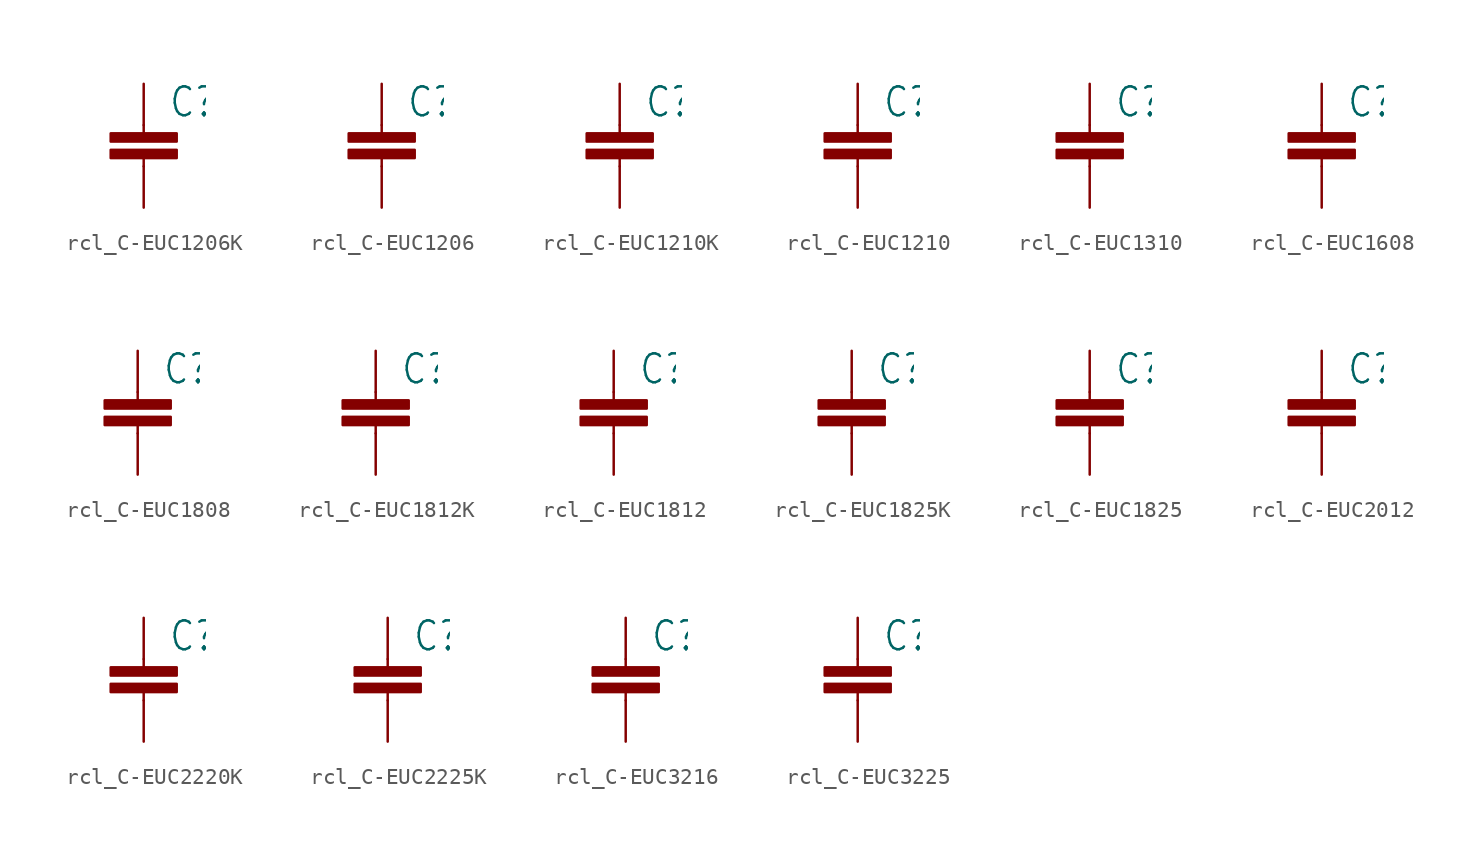
<source format=kicad_sym>
(kicad_symbol_lib
  (version 20231120)
  (generator "kicad_symbol_editor")
  (generator_version "8.0")
  (symbol "rcl_C-EUC1206K"
    (property "Reference" "C"
      (at 1.524 0.381 0)
      (effects (font (size 1.778 1.511)) (justify left bottom)))
    (property "Value" ""
      (at 1.524 -4.699 0)
      (effects (font (size 1.778 1.511)) (justify left bottom)))
    (property "ki_locked" ""
      (at 0 0 0)
      (effects (font (size 1.27 1.27))))
    (symbol "rcl_C-EUC1206K_1_0"
      (rectangle (start -2.032 -2.032) (end 2.032 -1.524) (stroke (width 0) (type default)) (fill (type outline)))
      (rectangle (start -2.032 -1.016) (end 2.032 -0.508) (stroke (width 0) (type default)) (fill (type outline)))
      (polyline (pts (xy 0 -2.54) (xy 0 -2.032)) (stroke (width 0.152) (type solid)) (fill (type none)))
      (polyline (pts (xy 0 0) (xy 0 -0.508)) (stroke (width 0.152) (type solid)) (fill (type none)))
      (pin passive line (at 0 2.54 270) (length 2.54) (name "1" (effects (font (size 0 0)))) (number "1" (effects (font (size 0 0)))))
      (pin passive line (at 0 -5.08 90) (length 2.54) (name "2" (effects (font (size 0 0)))) (number "2" (effects (font (size 0 0)))))))
  (symbol "rcl_C-EUC1206"
    (property "Reference" "C"
      (at 1.524 0.381 0)
      (effects (font (size 1.778 1.511)) (justify left bottom)))
    (property "Value" ""
      (at 1.524 -4.699 0)
      (effects (font (size 1.778 1.511)) (justify left bottom)))
    (property "ki_locked" ""
      (at 0 0 0)
      (effects (font (size 1.27 1.27))))
    (symbol "rcl_C-EUC1206_1_0"
      (rectangle (start -2.032 -2.032) (end 2.032 -1.524) (stroke (width 0) (type default)) (fill (type outline)))
      (rectangle (start -2.032 -1.016) (end 2.032 -0.508) (stroke (width 0) (type default)) (fill (type outline)))
      (polyline (pts (xy 0 -2.54) (xy 0 -2.032)) (stroke (width 0.152) (type solid)) (fill (type none)))
      (polyline (pts (xy 0 0) (xy 0 -0.508)) (stroke (width 0.152) (type solid)) (fill (type none)))
      (pin passive line (at 0 2.54 270) (length 2.54) (name "1" (effects (font (size 0 0)))) (number "1" (effects (font (size 0 0)))))
      (pin passive line (at 0 -5.08 90) (length 2.54) (name "2" (effects (font (size 0 0)))) (number "2" (effects (font (size 0 0)))))))
  (symbol "rcl_C-EUC1210K"
    (property "Reference" "C"
      (at 1.524 0.381 0)
      (effects (font (size 1.778 1.511)) (justify left bottom)))
    (property "Value" ""
      (at 1.524 -4.699 0)
      (effects (font (size 1.778 1.511)) (justify left bottom)))
    (property "ki_locked" ""
      (at 0 0 0)
      (effects (font (size 1.27 1.27))))
    (symbol "rcl_C-EUC1210K_1_0"
      (rectangle (start -2.032 -2.032) (end 2.032 -1.524) (stroke (width 0) (type default)) (fill (type outline)))
      (rectangle (start -2.032 -1.016) (end 2.032 -0.508) (stroke (width 0) (type default)) (fill (type outline)))
      (polyline (pts (xy 0 -2.54) (xy 0 -2.032)) (stroke (width 0.152) (type solid)) (fill (type none)))
      (polyline (pts (xy 0 0) (xy 0 -0.508)) (stroke (width 0.152) (type solid)) (fill (type none)))
      (pin passive line (at 0 2.54 270) (length 2.54) (name "1" (effects (font (size 0 0)))) (number "1" (effects (font (size 0 0)))))
      (pin passive line (at 0 -5.08 90) (length 2.54) (name "2" (effects (font (size 0 0)))) (number "2" (effects (font (size 0 0)))))))
  (symbol "rcl_C-EUC1210"
    (property "Reference" "C"
      (at 1.524 0.381 0)
      (effects (font (size 1.778 1.511)) (justify left bottom)))
    (property "Value" ""
      (at 1.524 -4.699 0)
      (effects (font (size 1.778 1.511)) (justify left bottom)))
    (property "ki_locked" ""
      (at 0 0 0)
      (effects (font (size 1.27 1.27))))
    (symbol "rcl_C-EUC1210_1_0"
      (rectangle (start -2.032 -2.032) (end 2.032 -1.524) (stroke (width 0) (type default)) (fill (type outline)))
      (rectangle (start -2.032 -1.016) (end 2.032 -0.508) (stroke (width 0) (type default)) (fill (type outline)))
      (polyline (pts (xy 0 -2.54) (xy 0 -2.032)) (stroke (width 0.152) (type solid)) (fill (type none)))
      (polyline (pts (xy 0 0) (xy 0 -0.508)) (stroke (width 0.152) (type solid)) (fill (type none)))
      (pin passive line (at 0 2.54 270) (length 2.54) (name "1" (effects (font (size 0 0)))) (number "1" (effects (font (size 0 0)))))
      (pin passive line (at 0 -5.08 90) (length 2.54) (name "2" (effects (font (size 0 0)))) (number "2" (effects (font (size 0 0)))))))
  (symbol "rcl_C-EUC1310"
    (property "Reference" "C"
      (at 1.524 0.381 0)
      (effects (font (size 1.778 1.511)) (justify left bottom)))
    (property "Value" ""
      (at 1.524 -4.699 0)
      (effects (font (size 1.778 1.511)) (justify left bottom)))
    (property "ki_locked" ""
      (at 0 0 0)
      (effects (font (size 1.27 1.27))))
    (symbol "rcl_C-EUC1310_1_0"
      (rectangle (start -2.032 -2.032) (end 2.032 -1.524) (stroke (width 0) (type default)) (fill (type outline)))
      (rectangle (start -2.032 -1.016) (end 2.032 -0.508) (stroke (width 0) (type default)) (fill (type outline)))
      (polyline (pts (xy 0 -2.54) (xy 0 -2.032)) (stroke (width 0.152) (type solid)) (fill (type none)))
      (polyline (pts (xy 0 0) (xy 0 -0.508)) (stroke (width 0.152) (type solid)) (fill (type none)))
      (pin passive line (at 0 2.54 270) (length 2.54) (name "1" (effects (font (size 0 0)))) (number "1" (effects (font (size 0 0)))))
      (pin passive line (at 0 -5.08 90) (length 2.54) (name "2" (effects (font (size 0 0)))) (number "2" (effects (font (size 0 0)))))))
  (symbol "rcl_C-EUC1608"
    (property "Reference" "C"
      (at 1.524 0.381 0)
      (effects (font (size 1.778 1.511)) (justify left bottom)))
    (property "Value" ""
      (at 1.524 -4.699 0)
      (effects (font (size 1.778 1.511)) (justify left bottom)))
    (property "ki_locked" ""
      (at 0 0 0)
      (effects (font (size 1.27 1.27))))
    (symbol "rcl_C-EUC1608_1_0"
      (rectangle (start -2.032 -2.032) (end 2.032 -1.524) (stroke (width 0) (type default)) (fill (type outline)))
      (rectangle (start -2.032 -1.016) (end 2.032 -0.508) (stroke (width 0) (type default)) (fill (type outline)))
      (polyline (pts (xy 0 -2.54) (xy 0 -2.032)) (stroke (width 0.152) (type solid)) (fill (type none)))
      (polyline (pts (xy 0 0) (xy 0 -0.508)) (stroke (width 0.152) (type solid)) (fill (type none)))
      (pin passive line (at 0 2.54 270) (length 2.54) (name "1" (effects (font (size 0 0)))) (number "1" (effects (font (size 0 0)))))
      (pin passive line (at 0 -5.08 90) (length 2.54) (name "2" (effects (font (size 0 0)))) (number "2" (effects (font (size 0 0)))))))
  (symbol "rcl_C-EUC1808"
    (property "Reference" "C"
      (at 1.524 0.381 0)
      (effects (font (size 1.778 1.511)) (justify left bottom)))
    (property "Value" ""
      (at 1.524 -4.699 0)
      (effects (font (size 1.778 1.511)) (justify left bottom)))
    (property "ki_locked" ""
      (at 0 0 0)
      (effects (font (size 1.27 1.27))))
    (symbol "rcl_C-EUC1808_1_0"
      (rectangle (start -2.032 -2.032) (end 2.032 -1.524) (stroke (width 0) (type default)) (fill (type outline)))
      (rectangle (start -2.032 -1.016) (end 2.032 -0.508) (stroke (width 0) (type default)) (fill (type outline)))
      (polyline (pts (xy 0 -2.54) (xy 0 -2.032)) (stroke (width 0.152) (type solid)) (fill (type none)))
      (polyline (pts (xy 0 0) (xy 0 -0.508)) (stroke (width 0.152) (type solid)) (fill (type none)))
      (pin passive line (at 0 2.54 270) (length 2.54) (name "1" (effects (font (size 0 0)))) (number "1" (effects (font (size 0 0)))))
      (pin passive line (at 0 -5.08 90) (length 2.54) (name "2" (effects (font (size 0 0)))) (number "2" (effects (font (size 0 0)))))))
  (symbol "rcl_C-EUC1812K"
    (property "Reference" "C"
      (at 1.524 0.381 0)
      (effects (font (size 1.778 1.511)) (justify left bottom)))
    (property "Value" ""
      (at 1.524 -4.699 0)
      (effects (font (size 1.778 1.511)) (justify left bottom)))
    (property "ki_locked" ""
      (at 0 0 0)
      (effects (font (size 1.27 1.27))))
    (symbol "rcl_C-EUC1812K_1_0"
      (rectangle (start -2.032 -2.032) (end 2.032 -1.524) (stroke (width 0) (type default)) (fill (type outline)))
      (rectangle (start -2.032 -1.016) (end 2.032 -0.508) (stroke (width 0) (type default)) (fill (type outline)))
      (polyline (pts (xy 0 -2.54) (xy 0 -2.032)) (stroke (width 0.152) (type solid)) (fill (type none)))
      (polyline (pts (xy 0 0) (xy 0 -0.508)) (stroke (width 0.152) (type solid)) (fill (type none)))
      (pin passive line (at 0 2.54 270) (length 2.54) (name "1" (effects (font (size 0 0)))) (number "1" (effects (font (size 0 0)))))
      (pin passive line (at 0 -5.08 90) (length 2.54) (name "2" (effects (font (size 0 0)))) (number "2" (effects (font (size 0 0)))))))
  (symbol "rcl_C-EUC1812"
    (property "Reference" "C"
      (at 1.524 0.381 0)
      (effects (font (size 1.778 1.511)) (justify left bottom)))
    (property "Value" ""
      (at 1.524 -4.699 0)
      (effects (font (size 1.778 1.511)) (justify left bottom)))
    (property "ki_locked" ""
      (at 0 0 0)
      (effects (font (size 1.27 1.27))))
    (symbol "rcl_C-EUC1812_1_0"
      (rectangle (start -2.032 -2.032) (end 2.032 -1.524) (stroke (width 0) (type default)) (fill (type outline)))
      (rectangle (start -2.032 -1.016) (end 2.032 -0.508) (stroke (width 0) (type default)) (fill (type outline)))
      (polyline (pts (xy 0 -2.54) (xy 0 -2.032)) (stroke (width 0.152) (type solid)) (fill (type none)))
      (polyline (pts (xy 0 0) (xy 0 -0.508)) (stroke (width 0.152) (type solid)) (fill (type none)))
      (pin passive line (at 0 2.54 270) (length 2.54) (name "1" (effects (font (size 0 0)))) (number "1" (effects (font (size 0 0)))))
      (pin passive line (at 0 -5.08 90) (length 2.54) (name "2" (effects (font (size 0 0)))) (number "2" (effects (font (size 0 0)))))))
  (symbol "rcl_C-EUC1825K"
    (property "Reference" "C"
      (at 1.524 0.381 0)
      (effects (font (size 1.778 1.511)) (justify left bottom)))
    (property "Value" ""
      (at 1.524 -4.699 0)
      (effects (font (size 1.778 1.511)) (justify left bottom)))
    (property "ki_locked" ""
      (at 0 0 0)
      (effects (font (size 1.27 1.27))))
    (symbol "rcl_C-EUC1825K_1_0"
      (rectangle (start -2.032 -2.032) (end 2.032 -1.524) (stroke (width 0) (type default)) (fill (type outline)))
      (rectangle (start -2.032 -1.016) (end 2.032 -0.508) (stroke (width 0) (type default)) (fill (type outline)))
      (polyline (pts (xy 0 -2.54) (xy 0 -2.032)) (stroke (width 0.152) (type solid)) (fill (type none)))
      (polyline (pts (xy 0 0) (xy 0 -0.508)) (stroke (width 0.152) (type solid)) (fill (type none)))
      (pin passive line (at 0 2.54 270) (length 2.54) (name "1" (effects (font (size 0 0)))) (number "1" (effects (font (size 0 0)))))
      (pin passive line (at 0 -5.08 90) (length 2.54) (name "2" (effects (font (size 0 0)))) (number "2" (effects (font (size 0 0)))))))
  (symbol "rcl_C-EUC1825"
    (property "Reference" "C"
      (at 1.524 0.381 0)
      (effects (font (size 1.778 1.511)) (justify left bottom)))
    (property "Value" ""
      (at 1.524 -4.699 0)
      (effects (font (size 1.778 1.511)) (justify left bottom)))
    (property "ki_locked" ""
      (at 0 0 0)
      (effects (font (size 1.27 1.27))))
    (symbol "rcl_C-EUC1825_1_0"
      (rectangle (start -2.032 -2.032) (end 2.032 -1.524) (stroke (width 0) (type default)) (fill (type outline)))
      (rectangle (start -2.032 -1.016) (end 2.032 -0.508) (stroke (width 0) (type default)) (fill (type outline)))
      (polyline (pts (xy 0 -2.54) (xy 0 -2.032)) (stroke (width 0.152) (type solid)) (fill (type none)))
      (polyline (pts (xy 0 0) (xy 0 -0.508)) (stroke (width 0.152) (type solid)) (fill (type none)))
      (pin passive line (at 0 2.54 270) (length 2.54) (name "1" (effects (font (size 0 0)))) (number "1" (effects (font (size 0 0)))))
      (pin passive line (at 0 -5.08 90) (length 2.54) (name "2" (effects (font (size 0 0)))) (number "2" (effects (font (size 0 0)))))))
  (symbol "rcl_C-EUC2012"
    (property "Reference" "C"
      (at 1.524 0.381 0)
      (effects (font (size 1.778 1.511)) (justify left bottom)))
    (property "Value" ""
      (at 1.524 -4.699 0)
      (effects (font (size 1.778 1.511)) (justify left bottom)))
    (property "ki_locked" ""
      (at 0 0 0)
      (effects (font (size 1.27 1.27))))
    (symbol "rcl_C-EUC2012_1_0"
      (rectangle (start -2.032 -2.032) (end 2.032 -1.524) (stroke (width 0) (type default)) (fill (type outline)))
      (rectangle (start -2.032 -1.016) (end 2.032 -0.508) (stroke (width 0) (type default)) (fill (type outline)))
      (polyline (pts (xy 0 -2.54) (xy 0 -2.032)) (stroke (width 0.152) (type solid)) (fill (type none)))
      (polyline (pts (xy 0 0) (xy 0 -0.508)) (stroke (width 0.152) (type solid)) (fill (type none)))
      (pin passive line (at 0 2.54 270) (length 2.54) (name "1" (effects (font (size 0 0)))) (number "1" (effects (font (size 0 0)))))
      (pin passive line (at 0 -5.08 90) (length 2.54) (name "2" (effects (font (size 0 0)))) (number "2" (effects (font (size 0 0)))))))
  (symbol "rcl_C-EUC2220K"
    (property "Reference" "C"
      (at 1.524 0.381 0)
      (effects (font (size 1.778 1.511)) (justify left bottom)))
    (property "Value" ""
      (at 1.524 -4.699 0)
      (effects (font (size 1.778 1.511)) (justify left bottom)))
    (property "ki_locked" ""
      (at 0 0 0)
      (effects (font (size 1.27 1.27))))
    (symbol "rcl_C-EUC2220K_1_0"
      (rectangle (start -2.032 -2.032) (end 2.032 -1.524) (stroke (width 0) (type default)) (fill (type outline)))
      (rectangle (start -2.032 -1.016) (end 2.032 -0.508) (stroke (width 0) (type default)) (fill (type outline)))
      (polyline (pts (xy 0 -2.54) (xy 0 -2.032)) (stroke (width 0.152) (type solid)) (fill (type none)))
      (polyline (pts (xy 0 0) (xy 0 -0.508)) (stroke (width 0.152) (type solid)) (fill (type none)))
      (pin passive line (at 0 2.54 270) (length 2.54) (name "1" (effects (font (size 0 0)))) (number "1" (effects (font (size 0 0)))))
      (pin passive line (at 0 -5.08 90) (length 2.54) (name "2" (effects (font (size 0 0)))) (number "2" (effects (font (size 0 0)))))))
  (symbol "rcl_C-EUC2225K"
    (property "Reference" "C"
      (at 1.524 0.381 0)
      (effects (font (size 1.778 1.511)) (justify left bottom)))
    (property "Value" ""
      (at 1.524 -4.699 0)
      (effects (font (size 1.778 1.511)) (justify left bottom)))
    (property "ki_locked" ""
      (at 0 0 0)
      (effects (font (size 1.27 1.27))))
    (symbol "rcl_C-EUC2225K_1_0"
      (rectangle (start -2.032 -2.032) (end 2.032 -1.524) (stroke (width 0) (type default)) (fill (type outline)))
      (rectangle (start -2.032 -1.016) (end 2.032 -0.508) (stroke (width 0) (type default)) (fill (type outline)))
      (polyline (pts (xy 0 -2.54) (xy 0 -2.032)) (stroke (width 0.152) (type solid)) (fill (type none)))
      (polyline (pts (xy 0 0) (xy 0 -0.508)) (stroke (width 0.152) (type solid)) (fill (type none)))
      (pin passive line (at 0 2.54 270) (length 2.54) (name "1" (effects (font (size 0 0)))) (number "1" (effects (font (size 0 0)))))
      (pin passive line (at 0 -5.08 90) (length 2.54) (name "2" (effects (font (size 0 0)))) (number "2" (effects (font (size 0 0)))))))
  (symbol "rcl_C-EUC3216"
    (property "Reference" "C"
      (at 1.524 0.381 0)
      (effects (font (size 1.778 1.511)) (justify left bottom)))
    (property "Value" ""
      (at 1.524 -4.699 0)
      (effects (font (size 1.778 1.511)) (justify left bottom)))
    (property "ki_locked" ""
      (at 0 0 0)
      (effects (font (size 1.27 1.27))))
    (symbol "rcl_C-EUC3216_1_0"
      (rectangle (start -2.032 -2.032) (end 2.032 -1.524) (stroke (width 0) (type default)) (fill (type outline)))
      (rectangle (start -2.032 -1.016) (end 2.032 -0.508) (stroke (width 0) (type default)) (fill (type outline)))
      (polyline (pts (xy 0 -2.54) (xy 0 -2.032)) (stroke (width 0.152) (type solid)) (fill (type none)))
      (polyline (pts (xy 0 0) (xy 0 -0.508)) (stroke (width 0.152) (type solid)) (fill (type none)))
      (pin passive line (at 0 2.54 270) (length 2.54) (name "1" (effects (font (size 0 0)))) (number "1" (effects (font (size 0 0)))))
      (pin passive line (at 0 -5.08 90) (length 2.54) (name "2" (effects (font (size 0 0)))) (number "2" (effects (font (size 0 0)))))))
  (symbol "rcl_C-EUC3225"
    (property "Reference" "C"
      (at 1.524 0.381 0)
      (effects (font (size 1.778 1.511)) (justify left bottom)))
    (property "Value" ""
      (at 1.524 -4.699 0)
      (effects (font (size 1.778 1.511)) (justify left bottom)))
    (property "ki_locked" ""
      (at 0 0 0)
      (effects (font (size 1.27 1.27))))
    (symbol "rcl_C-EUC3225_1_0"
      (rectangle (start -2.032 -2.032) (end 2.032 -1.524) (stroke (width 0) (type default)) (fill (type outline)))
      (rectangle (start -2.032 -1.016) (end 2.032 -0.508) (stroke (width 0) (type default)) (fill (type outline)))
      (polyline (pts (xy 0 -2.54) (xy 0 -2.032)) (stroke (width 0.152) (type solid)) (fill (type none)))
      (polyline (pts (xy 0 0) (xy 0 -0.508)) (stroke (width 0.152) (type solid)) (fill (type none)))
      (pin passive line (at 0 2.54 270) (length 2.54) (name "1" (effects (font (size 0 0)))) (number "1" (effects (font (size 0 0)))))
      (pin passive line (at 0 -5.08 90) (length 2.54) (name "2" (effects (font (size 0 0)))) (number "2" (effects (font (size 0 0))))))))
</source>
